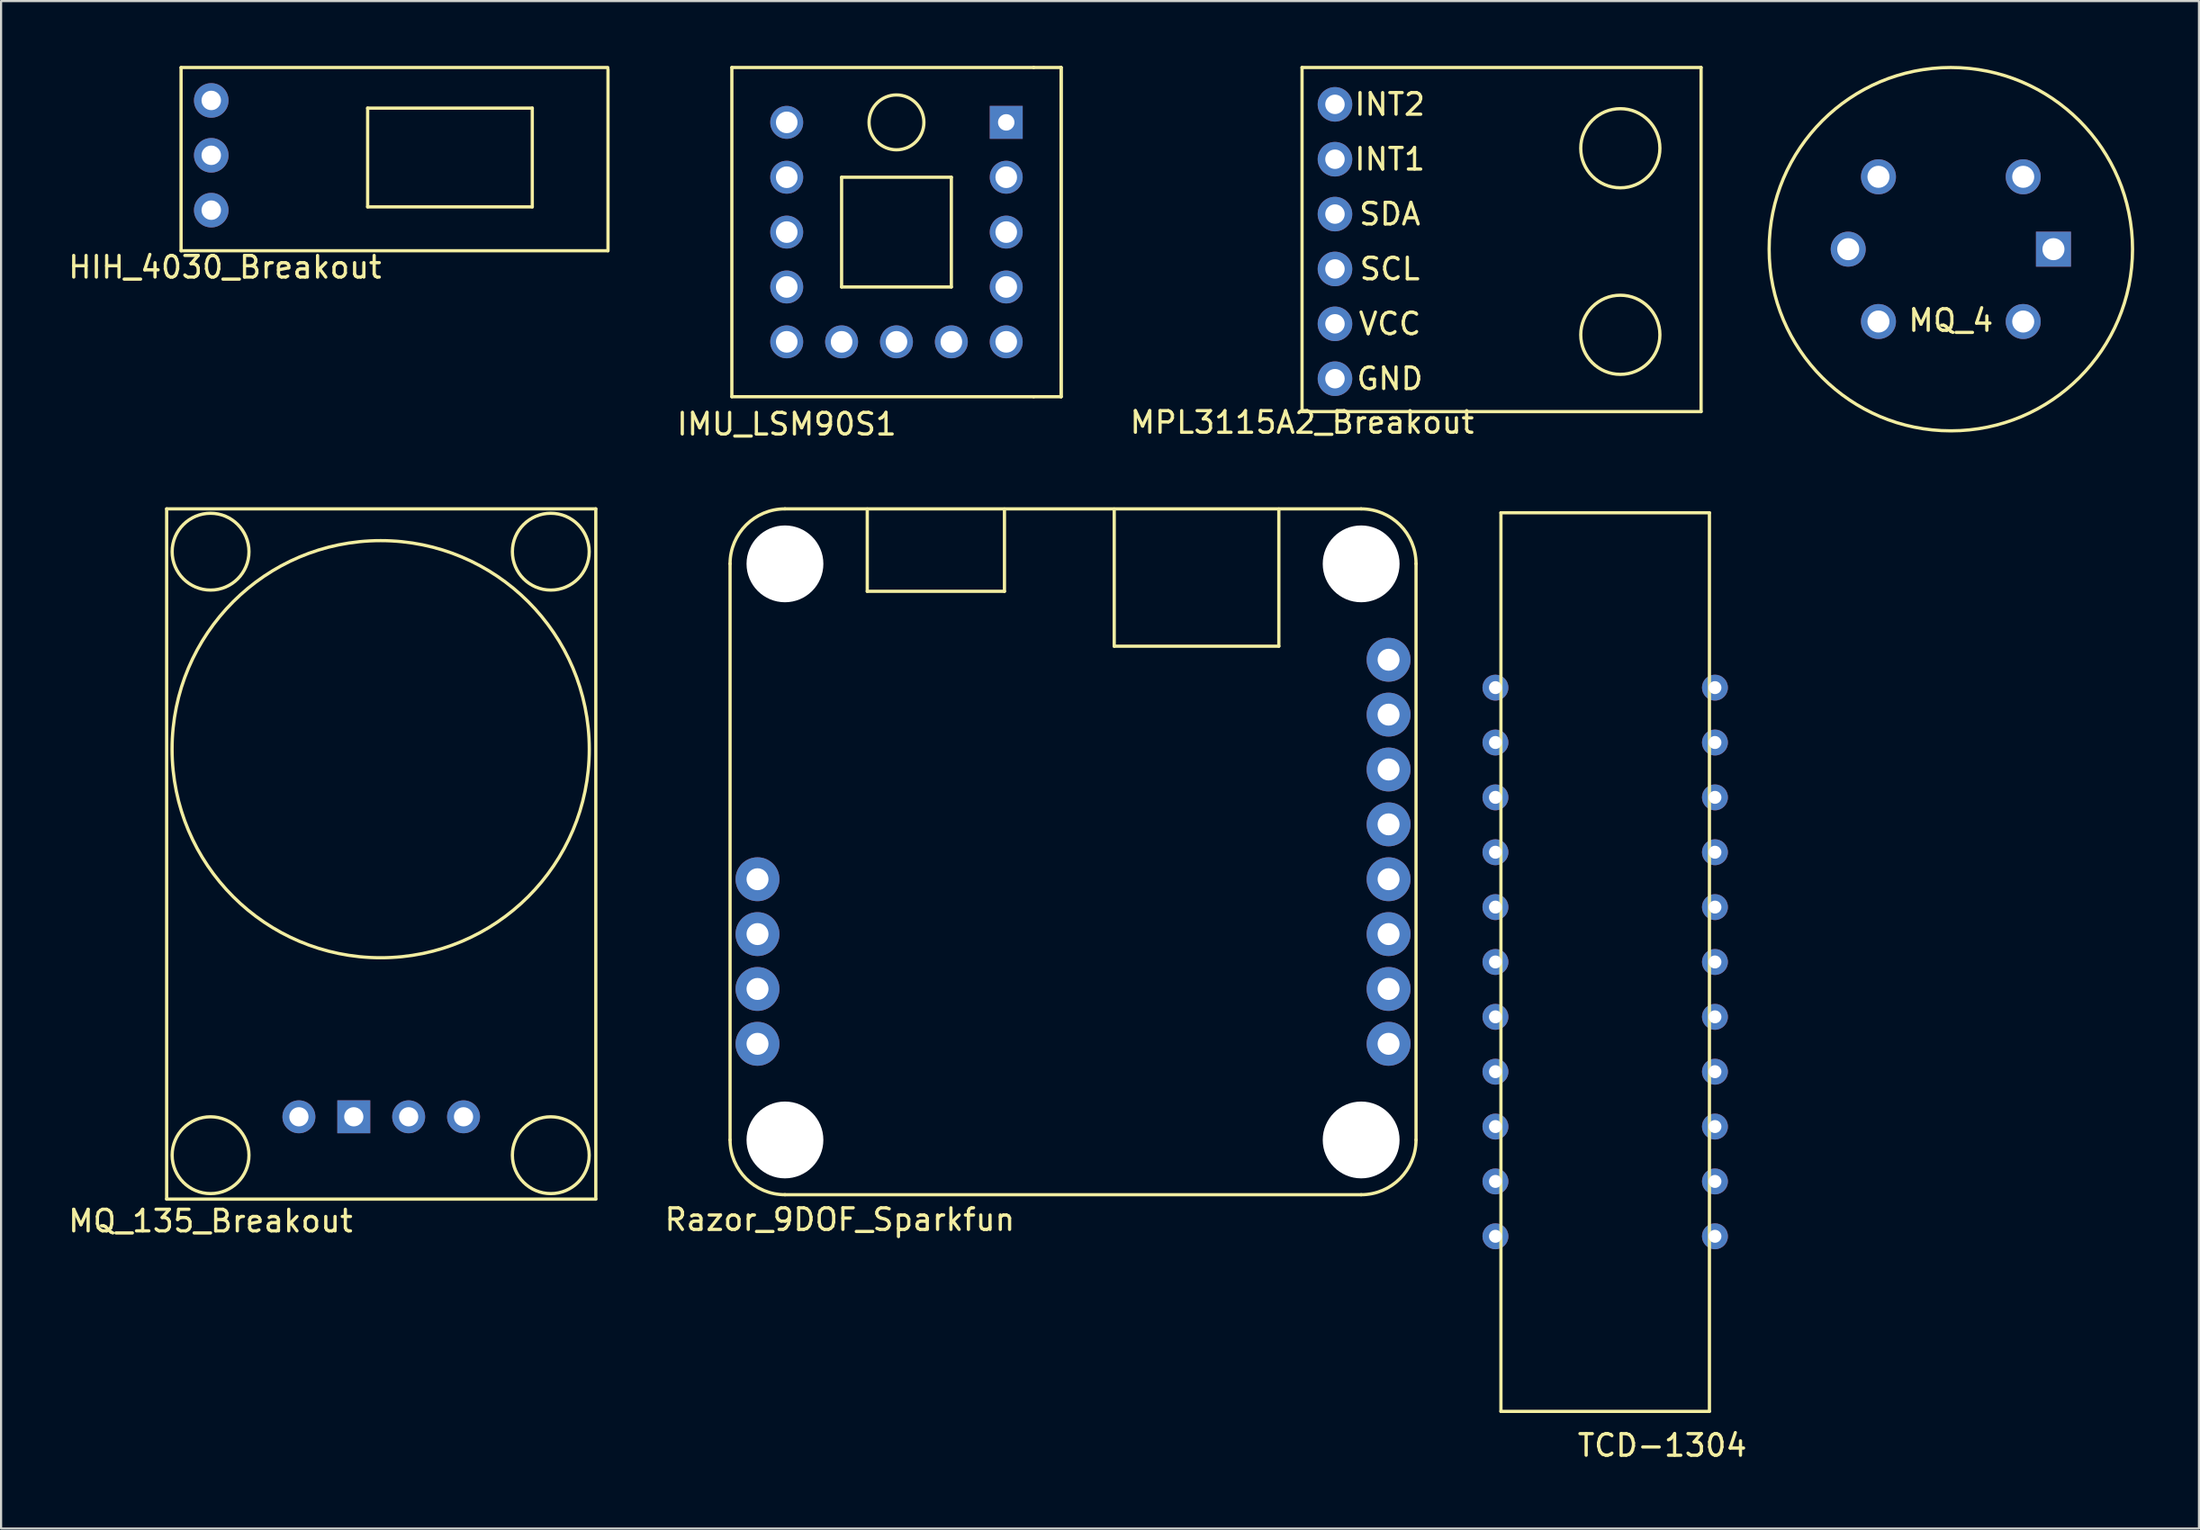
<source format=kicad_pcb>
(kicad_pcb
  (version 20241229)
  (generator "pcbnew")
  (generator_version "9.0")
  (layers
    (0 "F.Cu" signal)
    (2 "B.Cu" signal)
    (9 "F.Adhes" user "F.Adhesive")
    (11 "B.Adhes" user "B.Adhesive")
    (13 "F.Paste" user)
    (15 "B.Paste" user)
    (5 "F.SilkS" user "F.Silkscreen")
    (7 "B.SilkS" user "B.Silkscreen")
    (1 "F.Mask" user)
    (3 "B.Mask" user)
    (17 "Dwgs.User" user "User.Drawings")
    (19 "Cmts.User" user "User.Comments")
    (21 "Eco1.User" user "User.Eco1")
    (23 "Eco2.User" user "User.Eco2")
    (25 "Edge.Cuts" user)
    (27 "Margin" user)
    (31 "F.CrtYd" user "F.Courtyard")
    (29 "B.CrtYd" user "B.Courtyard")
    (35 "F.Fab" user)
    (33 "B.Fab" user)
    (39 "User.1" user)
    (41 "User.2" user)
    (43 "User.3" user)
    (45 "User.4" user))
  (footprint "HIH_4030_Breakout"
    (layer "F.Cu")
    (at 6.728 6.654)
    (property "Reference" "HIH_4030_Breakout" (at 0.635 2.667 0) (layer "F.SilkS") (effects (font (size 1 1) (thickness 0.15))))
    (attr through_hole)
    (fp_line (start -1.397 -6.579) (end 18.353 -6.579) (stroke (width 0.15) (type solid)) (layer "F.SilkS"))
    (fp_line (start -1.397 1.905) (end -1.397 -6.575) (stroke (width 0.15) (type solid)) (layer "F.SilkS"))
    (fp_line (start -1.397 1.905) (end 18.353 1.905) (stroke (width 0.15) (type solid)) (layer "F.SilkS"))
    (fp_line (start 7.239 -4.699) (end 14.859 -4.699) (stroke (width 0.15) (type solid)) (layer "F.SilkS"))
    (fp_line (start 7.239 -0.127) (end 7.239 -4.699) (stroke (width 0.15) (type solid)) (layer "F.SilkS"))
    (fp_line (start 14.859 -4.699) (end 14.859 -0.127) (stroke (width 0.15) (type solid)) (layer "F.SilkS"))
    (fp_line (start 14.859 -0.127) (end 7.239 -0.127) (stroke (width 0.15) (type solid)) (layer "F.SilkS"))
    (fp_line (start 18.364 1.905) (end 18.364 -6.495) (stroke (width 0.15) (type solid)) (layer "F.SilkS"))
    (pad "1" thru_hole circle (at 0 0.025) (size 1.6 1.6) (drill 0.9) (layers "*.Cu" "*.Mask"))
    (pad "2" thru_hole circle (at 0 -2.515) (size 1.6 1.6) (drill 0.9) (layers "*.Cu" "*.Mask"))
    (pad "3" thru_hole circle (at 0 -5.055) (size 1.6 1.6) (drill 0.9) (layers "*.Cu" "*.Mask")))
  (footprint "MQ_4"
    (layer "F.Cu")
    (at 87.246 8.485)
    (property "Reference" "MQ_4" (at 0 3.302 0) (layer "F.SilkS") (effects (font (size 1 1) (thickness 0.15))))
    (attr through_hole)
    (fp_circle (center 0 0) (end 8.41 0) (stroke (width 0.15) (type solid)) (fill no) (layer "F.SilkS"))
    (pad "1" thru_hole circle (at -4.75 0) (size 1.62 1.62) (drill 1.02) (layers "*.Cu" "*.Mask"))
    (pad "1" thru_hole circle (at -3.35 -3.35) (size 1.62 1.62) (drill 1.02) (layers "*.Cu" "*.Mask"))
    (pad "1" thru_hole circle (at -3.35 3.35) (size 1.62 1.62) (drill 1.02) (layers "*.Cu" "*.Mask"))
    (pad "2" thru_hole circle (at 3.35 -3.35) (size 1.62 1.62) (drill 1.02) (layers "*.Cu" "*.Mask"))
    (pad "2" thru_hole circle (at 3.35 3.35) (size 1.62 1.62) (drill 1.02) (layers "*.Cu" "*.Mask"))
    (pad "3" thru_hole rect (at 4.75 0) (size 1.62 1.62) (drill 1.02) (layers "*.Cu" "*.Mask")))
  (footprint "IMU_LSM90S1"
    (layer "F.Cu")
    (at 33.364 2.615)
    (property "Reference" "IMU_LSM90S1" (at 0 13.97 0) (layer "F.SilkS") (effects (font (size 1 1) (thickness 0.15))))
    (attr through_hole)
    (fp_line (start -2.54 -2.54) (end 11.43 -2.54) (stroke (width 0.15) (type solid)) (layer "F.SilkS"))
    (fp_line (start -2.54 12.7) (end -2.54 -2.54) (stroke (width 0.15) (type solid)) (layer "F.SilkS"))
    (fp_line (start 2.54 2.54) (end 2.54 7.62) (stroke (width 0.15) (type solid)) (layer "F.SilkS"))
    (fp_line (start 2.54 7.62) (end 7.62 7.62) (stroke (width 0.15) (type solid)) (layer "F.SilkS"))
    (fp_line (start 7.62 2.54) (end 2.54 2.54) (stroke (width 0.15) (type solid)) (layer "F.SilkS"))
    (fp_line (start 7.62 7.62) (end 7.62 2.54) (stroke (width 0.15) (type solid)) (layer "F.SilkS"))
    (fp_line (start 11.43 -2.54) (end 12.7 -2.54) (stroke (width 0.15) (type solid)) (layer "F.SilkS"))
    (fp_line (start 11.43 12.7) (end -2.54 12.7) (stroke (width 0.15) (type solid)) (layer "F.SilkS"))
    (fp_line (start 12.7 -2.54) (end 12.7 12.7) (stroke (width 0.15) (type solid)) (layer "F.SilkS"))
    (fp_line (start 12.7 -2.54) (end 12.7 12.7) (stroke (width 0.15) (type solid)) (layer "F.SilkS"))
    (fp_line (start 12.7 12.7) (end 11.43 12.7) (stroke (width 0.15) (type solid)) (layer "F.SilkS"))
    (fp_circle (center 5.08 0) (end 6.35 0) (stroke (width 0.15) (type solid)) (fill no) (layer "F.SilkS"))
    (pad "1" thru_hole circle (at 0 0) (size 1.524 1.524) (drill 1) (layers "*.Cu" "*.Mask"))
    (pad "2" thru_hole circle (at 0 2.54) (size 1.524 1.524) (drill 1) (layers "*.Cu" "*.Mask"))
    (pad "3" thru_hole circle (at 0 5.08) (size 1.524 1.524) (drill 1) (layers "*.Cu" "*.Mask"))
    (pad "4" thru_hole circle (at 0 7.62) (size 1.524 1.524) (drill 1) (layers "*.Cu" "*.Mask"))
    (pad "5" thru_hole circle (at 0 10.16) (size 1.524 1.524) (drill 1) (layers "*.Cu" "*.Mask"))
    (pad "6" thru_hole circle (at 2.54 10.16) (size 1.524 1.524) (drill 1) (layers "*.Cu" "*.Mask"))
    (pad "7" thru_hole circle (at 5.08 10.16) (size 1.524 1.524) (drill 1) (layers "*.Cu" "*.Mask"))
    (pad "8" thru_hole circle (at 7.62 10.16) (size 1.524 1.524) (drill 1) (layers "*.Cu" "*.Mask"))
    (pad "9" thru_hole circle (at 10.16 10.16) (size 1.524 1.524) (drill 1) (layers "*.Cu" "*.Mask"))
    (pad "10" thru_hole circle (at 10.16 7.62) (size 1.524 1.524) (drill 1) (layers "*.Cu" "*.Mask"))
    (pad "11" thru_hole circle (at 10.16 5.08) (size 1.524 1.524) (drill 1) (layers "*.Cu" "*.Mask"))
    (pad "12" thru_hole circle (at 10.16 2.54) (size 1.524 1.524) (drill 1) (layers "*.Cu" "*.Mask"))
    (pad "13" thru_hole rect (at 10.16 0) (size 1.524 1.524) (drill 0.762) (layers "*.Cu" "*.Mask")))
  (footprint "Razor_9DOF_Sparkfun"
    (layer "F.Cu")
    (at 30.742 52.265)
    (property "Reference" "Razor_9DOF_Sparkfun" (at 5.08 1.143 0) (layer "F.SilkS") (effects (font (size 1 1) (thickness 0.15))))
    (attr through_hole)
    (fp_line (start 0 -29.217) (end 0 -2.547) (stroke (width 0.15) (type solid)) (layer "F.SilkS"))
    (fp_line (start 2.54 -0.007) (end 29.21 -0.007) (stroke (width 0.15) (type solid)) (layer "F.SilkS"))
    (fp_line (start 6.35 -31.75) (end 6.35 -27.94) (stroke (width 0.15) (type solid)) (layer "F.SilkS"))
    (fp_line (start 6.35 -27.94) (end 12.7 -27.94) (stroke (width 0.15) (type solid)) (layer "F.SilkS"))
    (fp_line (start 12.7 -27.94) (end 12.7 -31.75) (stroke (width 0.15) (type solid)) (layer "F.SilkS"))
    (fp_line (start 17.78 -31.75) (end 17.78 -25.4) (stroke (width 0.15) (type solid)) (layer "F.SilkS"))
    (fp_line (start 17.78 -25.4) (end 25.4 -25.4) (stroke (width 0.15) (type solid)) (layer "F.SilkS"))
    (fp_line (start 25.4 -25.4) (end 25.4 -31.75) (stroke (width 0.15) (type solid)) (layer "F.SilkS"))
    (fp_line (start 29.21 -31.757) (end 2.54 -31.757) (stroke (width 0.15) (type solid)) (layer "F.SilkS"))
    (fp_line (start 31.75 -2.547) (end 31.75 -29.217) (stroke (width 0.15) (type solid)) (layer "F.SilkS"))
    (fp_arc (start 0 -29.217184) (mid 0.743949 -31.013235) (end 2.54 -31.757184) (stroke (width 0.15) (type solid)) (layer "F.SilkS"))
    (fp_arc (start 2.54 -0.007184) (mid 0.743949 -0.751133) (end 0 -2.547184) (stroke (width 0.15) (type solid)) (layer "F.SilkS"))
    (fp_arc (start 29.21 -31.757184) (mid 31.006051 -31.013235) (end 31.75 -29.217184) (stroke (width 0.15) (type solid)) (layer "F.SilkS"))
    (fp_arc (start 31.75 -2.547184) (mid 31.006051 -0.751133) (end 29.21 -0.007184) (stroke (width 0.15) (type solid)) (layer "F.SilkS"))
    (pad "" np_thru_hole circle (at 2.54 -29.212) (size 3.556 3.556) (drill 3.556) (layers "*.Cu" "*.Mask"))
    (pad "" np_thru_hole circle (at 2.54 -2.542) (size 3.556 3.556) (drill 3.556) (layers "*.Cu" "*.Mask"))
    (pad "" np_thru_hole circle (at 29.21 -29.212) (size 3.556 3.556) (drill 3.556) (layers "*.Cu" "*.Mask"))
    (pad "" np_thru_hole circle (at 29.21 -2.542) (size 3.556 3.556) (drill 3.556) (layers "*.Cu" "*.Mask"))
    (pad "1" thru_hole circle (at 1.27 -6.992) (size 2.032 2.032) (drill 1.016) (layers "*.Cu" "*.Mask"))
    (pad "2" thru_hole circle (at 1.27 -9.532) (size 2.032 2.032) (drill 1.016) (layers "*.Cu" "*.Mask"))
    (pad "3" thru_hole circle (at 1.27 -12.072) (size 2.032 2.032) (drill 1.016) (layers "*.Cu" "*.Mask"))
    (pad "4" thru_hole circle (at 1.27 -14.612) (size 2.032 2.032) (drill 1.016) (layers "*.Cu" "*.Mask"))
    (pad "5" thru_hole circle (at 30.48 -6.992) (size 2.032 2.032) (drill 1.016) (layers "*.Cu" "*.Mask"))
    (pad "6" thru_hole circle (at 30.48 -9.532) (size 2.032 2.032) (drill 1.016) (layers "*.Cu" "*.Mask"))
    (pad "7" thru_hole circle (at 30.48 -12.072) (size 2.032 2.032) (drill 1.016) (layers "*.Cu" "*.Mask"))
    (pad "8" thru_hole circle (at 30.48 -14.612) (size 2.032 2.032) (drill 1.016) (layers "*.Cu" "*.Mask"))
    (pad "9" thru_hole circle (at 30.48 -17.152) (size 2.032 2.032) (drill 1.016) (layers "*.Cu" "*.Mask"))
    (pad "10" thru_hole circle (at 30.48 -19.692) (size 2.032 2.032) (drill 1.016) (layers "*.Cu" "*.Mask"))
    (pad "11" thru_hole circle (at 30.48 -22.232) (size 2.032 2.032) (drill 1.016) (layers "*.Cu" "*.Mask"))
    (pad "12" thru_hole circle (at 30.48 -24.772) (size 2.032 2.032) (drill 1.016) (layers "*.Cu" "*.Mask")))
  (footprint "TCD-1304"
    (layer "F.Cu")
    (at 66.422 20.683)
    (property "Reference" "TCD-1304" (at 7.468 43.18 0) (layer "F.SilkS") (effects (font (size 1 1) (thickness 0.15))))
    (attr through_hole)
    (fp_line (start 0 0.005) (end 9.65 0.005) (stroke (width 0.15) (type solid)) (layer "F.SilkS"))
    (fp_line (start 0 41.605) (end 0 0.005) (stroke (width 0.15) (type solid)) (layer "F.SilkS"))
    (fp_line (start 0 41.605) (end 9.65 41.605) (stroke (width 0.15) (type solid)) (layer "F.SilkS"))
    (fp_line (start 9.65 41.605) (end 9.65 0.005) (stroke (width 0.15) (type solid)) (layer "F.SilkS"))
    (pad "1" thru_hole circle (at -0.255 8.1) (size 1.2 1.2) (drill 0.6) (layers "*.Cu" "*.Mask"))
    (pad "2" thru_hole circle (at -0.255 10.64) (size 1.2 1.2) (drill 0.6) (layers "*.Cu" "*.Mask"))
    (pad "3" thru_hole circle (at -0.255 13.18) (size 1.2 1.2) (drill 0.6) (layers "*.Cu" "*.Mask"))
    (pad "4" thru_hole circle (at -0.255 15.72) (size 1.2 1.2) (drill 0.6) (layers "*.Cu" "*.Mask"))
    (pad "5" thru_hole circle (at -0.255 18.26) (size 1.2 1.2) (drill 0.6) (layers "*.Cu" "*.Mask"))
    (pad "6" thru_hole circle (at -0.255 20.8) (size 1.2 1.2) (drill 0.6) (layers "*.Cu" "*.Mask"))
    (pad "7" thru_hole circle (at -0.255 23.34) (size 1.2 1.2) (drill 0.6) (layers "*.Cu" "*.Mask"))
    (pad "8" thru_hole circle (at -0.255 25.88) (size 1.2 1.2) (drill 0.6) (layers "*.Cu" "*.Mask"))
    (pad "9" thru_hole circle (at -0.255 28.42) (size 1.2 1.2) (drill 0.6) (layers "*.Cu" "*.Mask"))
    (pad "10" thru_hole circle (at -0.255 30.96) (size 1.2 1.2) (drill 0.6) (layers "*.Cu" "*.Mask"))
    (pad "11" thru_hole circle (at -0.255 33.5) (size 1.2 1.2) (drill 0.6) (layers "*.Cu" "*.Mask"))
    (pad "12" thru_hole circle (at 9.905 33.5) (size 1.2 1.2) (drill 0.6) (layers "*.Cu" "*.Mask"))
    (pad "13" thru_hole circle (at 9.905 30.96) (size 1.2 1.2) (drill 0.6) (layers "*.Cu" "*.Mask"))
    (pad "14" thru_hole circle (at 9.905 28.42) (size 1.2 1.2) (drill 0.6) (layers "*.Cu" "*.Mask"))
    (pad "15" thru_hole circle (at 9.905 25.88) (size 1.2 1.2) (drill 0.6) (layers "*.Cu" "*.Mask"))
    (pad "16" thru_hole circle (at 9.905 23.34) (size 1.2 1.2) (drill 0.6) (layers "*.Cu" "*.Mask"))
    (pad "17" thru_hole circle (at 9.905 20.8) (size 1.2 1.2) (drill 0.6) (layers "*.Cu" "*.Mask"))
    (pad "18" thru_hole circle (at 9.905 18.26) (size 1.2 1.2) (drill 0.6) (layers "*.Cu" "*.Mask"))
    (pad "19" thru_hole circle (at 9.905 15.72) (size 1.2 1.2) (drill 0.6) (layers "*.Cu" "*.Mask"))
    (pad "20" thru_hole circle (at 9.905 13.18) (size 1.2 1.2) (drill 0.6) (layers "*.Cu" "*.Mask"))
    (pad "21" thru_hole circle (at 9.905 10.64) (size 1.2 1.2) (drill 0.6) (layers "*.Cu" "*.Mask"))
    (pad "22" thru_hole circle (at 9.905 8.1) (size 1.2 1.2) (drill 0.6) (layers "*.Cu" "*.Mask")))
  (footprint "MPL3115A2_Breakout"
    (layer "F.Cu")
    (at 58.74 1.781)
    (property "Reference" "MPL3115A2_Breakout" (at -1.524 14.724 0) (layer "F.SilkS") (effects (font (size 1 1) (thickness 0.15))))
    (attr through_hole)
    (fp_line (start -1.524 -1.706) (end -1.524 14.224) (stroke (width 0.15) (type solid)) (layer "F.SilkS"))
    (fp_line (start -1.524 14.224) (end 16.946 14.224) (stroke (width 0.15) (type solid)) (layer "F.SilkS"))
    (fp_line (start 16.946 -1.706) (end -1.524 -1.706) (stroke (width 0.15) (type solid)) (layer "F.SilkS"))
    (fp_line (start 16.946 14.224) (end 16.946 -1.706) (stroke (width 0.15) (type solid)) (layer "F.SilkS"))
    (fp_circle (center 13.208 2.032) (end 14.224 3.556) (stroke (width 0.15) (type solid)) (fill no) (layer "F.SilkS"))
    (fp_circle (center 13.208 10.668) (end 14.224 12.192) (stroke (width 0.15) (type solid)) (fill no) (layer "F.SilkS"))
    (fp_text user "GND" (at 2.54 12.7 0) (layer "F.SilkS") (effects (font (size 1 1) (thickness 0.15))))
    (fp_text user "INT1" (at 2.54 2.54 0) (layer "F.SilkS") (effects (font (size 1 1) (thickness 0.15))))
    (fp_text user "SDA" (at 2.54 5.08 0) (layer "F.SilkS") (effects (font (size 1 1) (thickness 0.15))))
    (fp_text user "VCC" (at 2.54 10.16 0) (layer "F.SilkS") (effects (font (size 1 1) (thickness 0.15))))
    (fp_text user "INT2" (at 2.54 0 0) (layer "F.SilkS") (effects (font (size 1 1) (thickness 0.15))))
    (fp_text user "SCL" (at 2.54 7.62 0) (layer "F.SilkS") (effects (font (size 1 1) (thickness 0.15))))
    (pad "1" thru_hole circle (at 0 0) (size 1.6 1.6) (drill 0.9) (layers "*.Cu" "*.Mask"))
    (pad "2" thru_hole circle (at 0 2.54) (size 1.6 1.6) (drill 0.9) (layers "*.Cu" "*.Mask"))
    (pad "3" thru_hole circle (at 0 5.08) (size 1.6 1.6) (drill 0.9) (layers "*.Cu" "*.Mask"))
    (pad "4" thru_hole circle (at 0 7.62) (size 1.6 1.6) (drill 0.9) (layers "*.Cu" "*.Mask"))
    (pad "5" thru_hole circle (at 0 10.16) (size 1.6 1.6) (drill 0.9) (layers "*.Cu" "*.Mask"))
    (pad "6" thru_hole circle (at 0 12.7) (size 1.6 1.6) (drill 0.9) (layers "*.Cu" "*.Mask")))
  (footprint "MQ_135_Breakout"
    (layer "F.Cu")
    (at 10.76 48.651)
    (property "Reference" "MQ_135_Breakout" (at -4.064 4.826 0) (layer "F.SilkS") (effects (font (size 1 1) (thickness 0.15))))
    (attr through_hole)
    (fp_line (start -6.096 -28.143) (end -6.096 3.81) (stroke (width 0.15) (type solid)) (layer "F.SilkS"))
    (fp_line (start -6.096 -28.143) (end 13.767 -28.143) (stroke (width 0.15) (type solid)) (layer "F.SilkS"))
    (fp_line (start -6.096 3.81) (end 13.767 3.81) (stroke (width 0.15) (type solid)) (layer "F.SilkS"))
    (fp_line (start 13.767 3.81) (end 13.767 -28.143) (stroke (width 0.15) (type solid)) (layer "F.SilkS"))
    (fp_circle (center -4.064 -26.162) (end -4.064 -27.94) (stroke (width 0.15) (type solid)) (fill no) (layer "F.SilkS"))
    (fp_circle (center -4.064 1.778) (end -2.286 1.778) (stroke (width 0.15) (type solid)) (fill no) (layer "F.SilkS"))
    (fp_circle (center 3.81 -17.018) (end 13.462 -17.272) (stroke (width 0.15) (type solid)) (fill no) (layer "F.SilkS"))
    (fp_circle (center 11.684 -26.162) (end 11.684 -27.94) (stroke (width 0.15) (type solid)) (fill no) (layer "F.SilkS"))
    (fp_circle (center 11.684 1.778) (end 11.684 3.556) (stroke (width 0.15) (type solid)) (fill no) (layer "F.SilkS"))
    (pad "1" thru_hole circle (at 0.025 0) (size 1.524 1.524) (drill 0.889) (layers "*.Cu" "*.Mask"))
    (pad "2" thru_hole rect (at 2.565 0) (size 1.524 1.524) (drill 0.889) (layers "*.Cu" "*.Mask"))
    (pad "3" thru_hole circle (at 5.105 0) (size 1.524 1.524) (drill 0.889) (layers "*.Cu" "*.Mask"))
    (pad "4" thru_hole circle (at 7.645 0) (size 1.524 1.524) (drill 0.889) (layers "*.Cu" "*.Mask")))
  (gr_rect
    (start -3 -3)
    (end 98.731 67.712)
    (stroke (width 0.1) (type default))
    (fill no)
    (layer "Edge.Cuts")))
</source>
